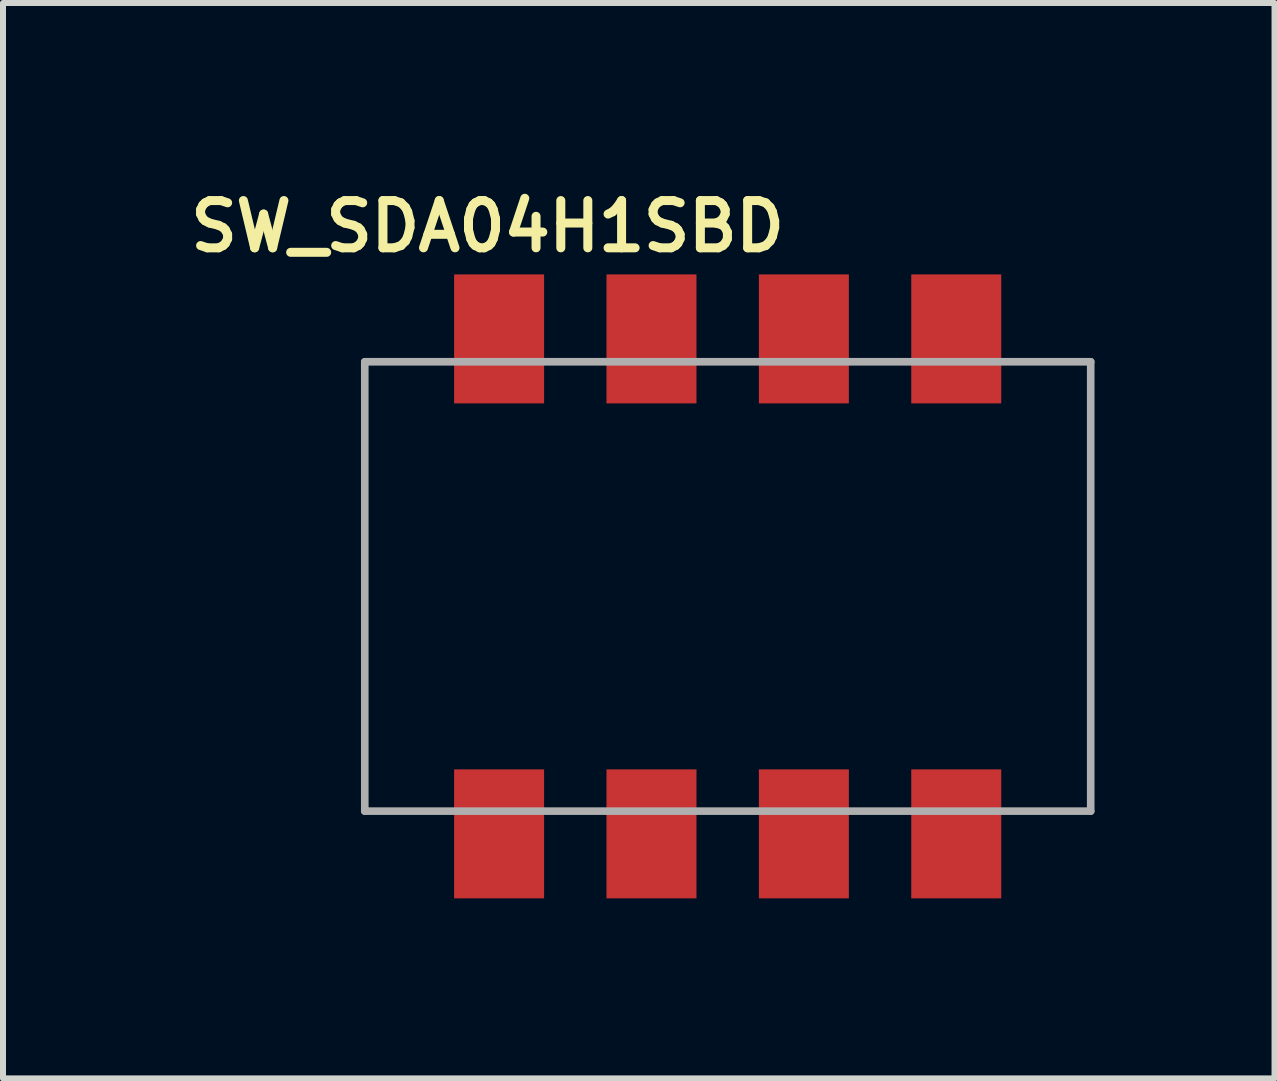
<source format=kicad_pcb>
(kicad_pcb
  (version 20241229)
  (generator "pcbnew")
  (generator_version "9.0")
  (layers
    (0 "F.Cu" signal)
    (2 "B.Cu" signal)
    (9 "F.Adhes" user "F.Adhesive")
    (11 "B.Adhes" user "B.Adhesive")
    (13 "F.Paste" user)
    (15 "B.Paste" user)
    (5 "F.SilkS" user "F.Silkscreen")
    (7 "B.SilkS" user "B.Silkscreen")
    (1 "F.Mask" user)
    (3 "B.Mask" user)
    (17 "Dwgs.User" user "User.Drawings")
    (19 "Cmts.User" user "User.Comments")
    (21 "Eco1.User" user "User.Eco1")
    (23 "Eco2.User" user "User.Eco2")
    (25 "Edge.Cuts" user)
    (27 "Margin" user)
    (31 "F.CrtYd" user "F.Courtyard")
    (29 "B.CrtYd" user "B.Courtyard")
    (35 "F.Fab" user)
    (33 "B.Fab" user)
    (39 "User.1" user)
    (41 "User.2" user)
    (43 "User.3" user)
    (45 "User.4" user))
  (footprint "SW_SDA04H1SBD"
    (layer "F.Cu")
    (at 9.079 6.725)
    (property "Reference" "SW_SDA04H1SBD" (at -4.001 -6.001 0) (layer "F.SilkS") (effects (font (size 0.788 0.788) (thickness 0.15))))
    (attr smd)
    (fp_line (start -6.049 -3.745) (end -6.049 3.745) (stroke (width 0.127) (type solid)) (layer "F.Fab"))
    (fp_line (start -6.049 3.745) (end 6.051 3.745) (stroke (width 0.127) (type solid)) (layer "F.Fab"))
    (fp_line (start 6.051 -3.745) (end -6.049 -3.745) (stroke (width 0.127) (type solid)) (layer "F.Fab"))
    (fp_line (start 6.051 3.745) (end 6.051 -3.745) (stroke (width 0.127) (type solid)) (layer "F.Fab"))
    (pad "A1" smd rect (at -3.81 4.124) (size 1.5 2.15) (layers "F.Cu" "F.Mask" "F.Paste"))
    (pad "A2" smd rect (at -1.27 4.124) (size 1.5 2.15) (layers "F.Cu" "F.Mask" "F.Paste"))
    (pad "A3" smd rect (at 1.27 4.124) (size 1.5 2.15) (layers "F.Cu" "F.Mask" "F.Paste"))
    (pad "A4" smd rect (at 3.81 4.124) (size 1.5 2.15) (layers "F.Cu" "F.Mask" "F.Paste"))
    (pad "B1" smd rect (at -3.81 -4.126) (size 1.5 2.15) (layers "F.Cu" "F.Mask" "F.Paste"))
    (pad "B2" smd rect (at -1.27 -4.126) (size 1.5 2.15) (layers "F.Cu" "F.Mask" "F.Paste"))
    (pad "B3" smd rect (at 1.27 -4.126) (size 1.5 2.15) (layers "F.Cu" "F.Mask" "F.Paste"))
    (pad "B4" smd rect (at 3.81 -4.126) (size 1.5 2.15) (layers "F.Cu" "F.Mask" "F.Paste")))
  (gr_rect
    (start -3 -3)
    (end 18.194 14.925)
    (stroke (width 0.1) (type default))
    (fill no)
    (layer "Edge.Cuts")))
</source>
